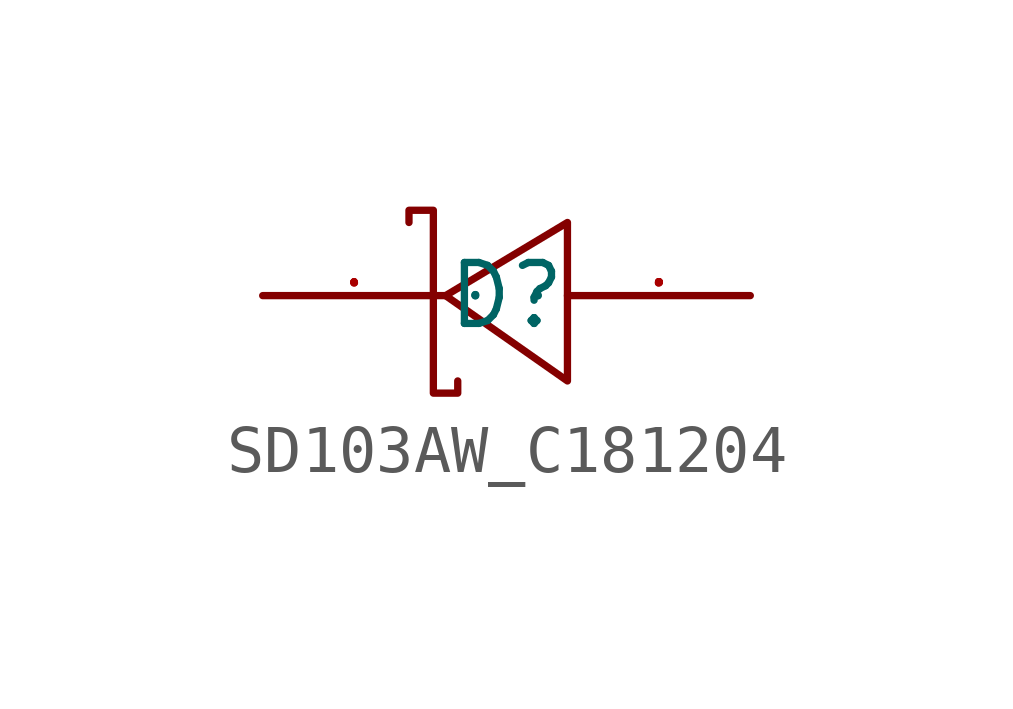
<source format=kicad_sym>
(kicad_symbol_lib
  (version 20241209)
  (generator "kicad_symbol_editor")
  (generator_version "9.0")
  (symbol "SD103AW_C181204"
    (property "Reference" "D"
      (at 0 0 0)
      (effects (font (size 1.27 1.27))))
    (property "Value" ""
      (at 0 0 0)
      (effects (font (size 1.27 1.27))))
    (symbol "SD103AW_C181204_1_0"
      (polyline (pts (xy -2.032 1.524) (xy -2.032 1.778) (xy -2.032 1.778) (xy -1.524 1.778) (xy -1.524 1.778) (xy -1.524 -2.032) (xy -1.524 -2.032) (xy -1.016 -2.032) (xy -1.016 -2.032) (xy -1.016 -1.778)) (stroke (width 0) (type default)) (fill (type none)))
      (polyline (pts (xy 1.27 1.524) (xy -1.27 0) (xy -1.27 0) (xy 1.27 -1.778) (xy 1.27 -1.778) (xy 1.27 1.524)) (stroke (width 0) (type default)) (fill (type none)))
      (pin unspecified line (at -5.08 0 0) (length 3.81) (name "K" (effects (font (size 0.025 0.025)))) (number "1" (effects (font (size 0.025 0.025)))))
      (pin unspecified line (at 5.08 0 180) (length 3.81) (name "A" (effects (font (size 0.025 0.025)))) (number "2" (effects (font (size 0.025 0.025))))))))
</source>
